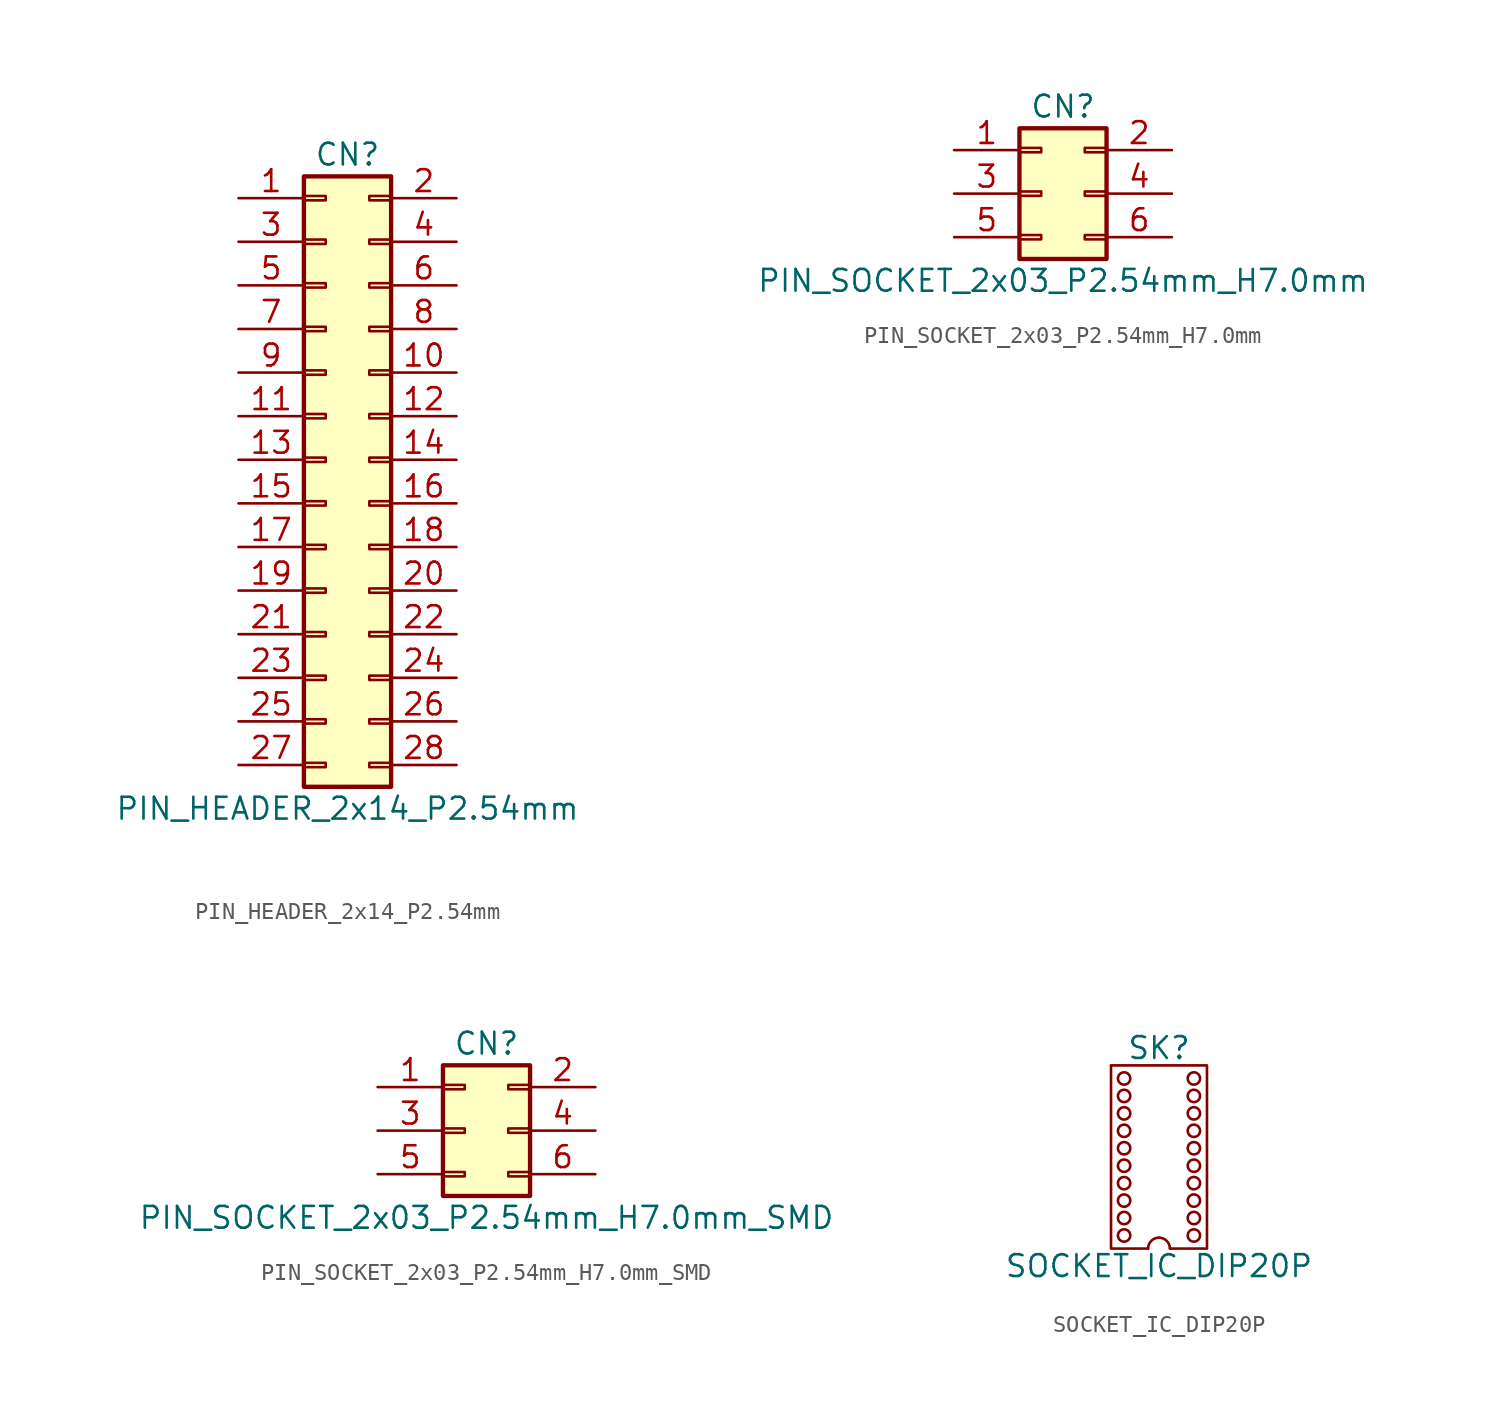
<source format=kicad_sym>
(kicad_symbol_lib
  (version 20231120)
  (generator "kicad_symbol_editor")
  (generator_version "8.0")
  (symbol "PIN_HEADER_2x14_P2.54mm"
    (pin_names
      (offset 1.016) hide)
    (property "Reference" "CN"
      (at 1.27 17.78 0)
      (effects (font (size 1.27 1.27))))
    (property "Value" "PIN_HEADER_2x14_P2.54mm"
      (at 1.27 -20.32 0)
      (effects (font (size 1.27 1.27))))
    (symbol "PIN_HEADER_2x14_P2.54mm_1_1"
      (rectangle (start -1.27 -17.653) (end 0 -17.907) (stroke (width 0.152) (type default)) (fill (type none)))
      (rectangle (start -1.27 -15.113) (end 0 -15.367) (stroke (width 0.152) (type default)) (fill (type none)))
      (rectangle (start -1.27 -12.573) (end 0 -12.827) (stroke (width 0.152) (type default)) (fill (type none)))
      (rectangle (start -1.27 -10.033) (end 0 -10.287) (stroke (width 0.152) (type default)) (fill (type none)))
      (rectangle (start -1.27 -7.493) (end 0 -7.747) (stroke (width 0.152) (type default)) (fill (type none)))
      (rectangle (start -1.27 -4.953) (end 0 -5.207) (stroke (width 0.152) (type default)) (fill (type none)))
      (rectangle (start -1.27 -2.413) (end 0 -2.667) (stroke (width 0.152) (type default)) (fill (type none)))
      (rectangle (start -1.27 0.127) (end 0 -0.127) (stroke (width 0.152) (type default)) (fill (type none)))
      (rectangle (start -1.27 2.667) (end 0 2.413) (stroke (width 0.152) (type default)) (fill (type none)))
      (rectangle (start -1.27 5.207) (end 0 4.953) (stroke (width 0.152) (type default)) (fill (type none)))
      (rectangle (start -1.27 7.747) (end 0 7.493) (stroke (width 0.152) (type default)) (fill (type none)))
      (rectangle (start -1.27 10.287) (end 0 10.033) (stroke (width 0.152) (type default)) (fill (type none)))
      (rectangle (start -1.27 12.827) (end 0 12.573) (stroke (width 0.152) (type default)) (fill (type none)))
      (rectangle (start -1.27 15.367) (end 0 15.113) (stroke (width 0.152) (type default)) (fill (type none)))
      (rectangle (start -1.27 16.51) (end 3.81 -19.05) (stroke (width 0.254) (type default)) (fill (type background)))
      (rectangle (start 3.81 -17.653) (end 2.54 -17.907) (stroke (width 0.152) (type default)) (fill (type none)))
      (rectangle (start 3.81 -15.113) (end 2.54 -15.367) (stroke (width 0.152) (type default)) (fill (type none)))
      (rectangle (start 3.81 -12.573) (end 2.54 -12.827) (stroke (width 0.152) (type default)) (fill (type none)))
      (rectangle (start 3.81 -10.033) (end 2.54 -10.287) (stroke (width 0.152) (type default)) (fill (type none)))
      (rectangle (start 3.81 -7.493) (end 2.54 -7.747) (stroke (width 0.152) (type default)) (fill (type none)))
      (rectangle (start 3.81 -4.953) (end 2.54 -5.207) (stroke (width 0.152) (type default)) (fill (type none)))
      (rectangle (start 3.81 -2.413) (end 2.54 -2.667) (stroke (width 0.152) (type default)) (fill (type none)))
      (rectangle (start 3.81 0.127) (end 2.54 -0.127) (stroke (width 0.152) (type default)) (fill (type none)))
      (rectangle (start 3.81 2.667) (end 2.54 2.413) (stroke (width 0.152) (type default)) (fill (type none)))
      (rectangle (start 3.81 5.207) (end 2.54 4.953) (stroke (width 0.152) (type default)) (fill (type none)))
      (rectangle (start 3.81 7.747) (end 2.54 7.493) (stroke (width 0.152) (type default)) (fill (type none)))
      (rectangle (start 3.81 10.287) (end 2.54 10.033) (stroke (width 0.152) (type default)) (fill (type none)))
      (rectangle (start 3.81 12.827) (end 2.54 12.573) (stroke (width 0.152) (type default)) (fill (type none)))
      (rectangle (start 3.81 15.367) (end 2.54 15.113) (stroke (width 0.152) (type default)) (fill (type none)))
      (pin passive line (at -5.08 15.24 0) (length 3.81) (name "Pin_1" (effects (font (size 1.27 1.27)))) (number "1" (effects (font (size 1.27 1.27)))))
      (pin passive line (at 7.62 5.08 180) (length 3.81) (name "Pin_10" (effects (font (size 1.27 1.27)))) (number "10" (effects (font (size 1.27 1.27)))))
      (pin passive line (at -5.08 2.54 0) (length 3.81) (name "Pin_11" (effects (font (size 1.27 1.27)))) (number "11" (effects (font (size 1.27 1.27)))))
      (pin passive line (at 7.62 2.54 180) (length 3.81) (name "Pin_12" (effects (font (size 1.27 1.27)))) (number "12" (effects (font (size 1.27 1.27)))))
      (pin passive line (at -5.08 0 0) (length 3.81) (name "Pin_13" (effects (font (size 1.27 1.27)))) (number "13" (effects (font (size 1.27 1.27)))))
      (pin passive line (at 7.62 0 180) (length 3.81) (name "Pin_14" (effects (font (size 1.27 1.27)))) (number "14" (effects (font (size 1.27 1.27)))))
      (pin passive line (at -5.08 -2.54 0) (length 3.81) (name "Pin_15" (effects (font (size 1.27 1.27)))) (number "15" (effects (font (size 1.27 1.27)))))
      (pin passive line (at 7.62 -2.54 180) (length 3.81) (name "Pin_16" (effects (font (size 1.27 1.27)))) (number "16" (effects (font (size 1.27 1.27)))))
      (pin passive line (at -5.08 -5.08 0) (length 3.81) (name "Pin_17" (effects (font (size 1.27 1.27)))) (number "17" (effects (font (size 1.27 1.27)))))
      (pin passive line (at 7.62 -5.08 180) (length 3.81) (name "Pin_18" (effects (font (size 1.27 1.27)))) (number "18" (effects (font (size 1.27 1.27)))))
      (pin passive line (at -5.08 -7.62 0) (length 3.81) (name "Pin_19" (effects (font (size 1.27 1.27)))) (number "19" (effects (font (size 1.27 1.27)))))
      (pin passive line (at 7.62 15.24 180) (length 3.81) (name "Pin_2" (effects (font (size 1.27 1.27)))) (number "2" (effects (font (size 1.27 1.27)))))
      (pin passive line (at 7.62 -7.62 180) (length 3.81) (name "Pin_20" (effects (font (size 1.27 1.27)))) (number "20" (effects (font (size 1.27 1.27)))))
      (pin passive line (at -5.08 -10.16 0) (length 3.81) (name "Pin_21" (effects (font (size 1.27 1.27)))) (number "21" (effects (font (size 1.27 1.27)))))
      (pin passive line (at 7.62 -10.16 180) (length 3.81) (name "Pin_22" (effects (font (size 1.27 1.27)))) (number "22" (effects (font (size 1.27 1.27)))))
      (pin passive line (at -5.08 -12.7 0) (length 3.81) (name "Pin_23" (effects (font (size 1.27 1.27)))) (number "23" (effects (font (size 1.27 1.27)))))
      (pin passive line (at 7.62 -12.7 180) (length 3.81) (name "Pin_24" (effects (font (size 1.27 1.27)))) (number "24" (effects (font (size 1.27 1.27)))))
      (pin passive line (at -5.08 -15.24 0) (length 3.81) (name "Pin_25" (effects (font (size 1.27 1.27)))) (number "25" (effects (font (size 1.27 1.27)))))
      (pin passive line (at 7.62 -15.24 180) (length 3.81) (name "Pin_26" (effects (font (size 1.27 1.27)))) (number "26" (effects (font (size 1.27 1.27)))))
      (pin passive line (at -5.08 -17.78 0) (length 3.81) (name "Pin_27" (effects (font (size 1.27 1.27)))) (number "27" (effects (font (size 1.27 1.27)))))
      (pin passive line (at 7.62 -17.78 180) (length 3.81) (name "Pin_28" (effects (font (size 1.27 1.27)))) (number "28" (effects (font (size 1.27 1.27)))))
      (pin passive line (at -5.08 12.7 0) (length 3.81) (name "Pin_3" (effects (font (size 1.27 1.27)))) (number "3" (effects (font (size 1.27 1.27)))))
      (pin passive line (at 7.62 12.7 180) (length 3.81) (name "Pin_4" (effects (font (size 1.27 1.27)))) (number "4" (effects (font (size 1.27 1.27)))))
      (pin passive line (at -5.08 10.16 0) (length 3.81) (name "Pin_5" (effects (font (size 1.27 1.27)))) (number "5" (effects (font (size 1.27 1.27)))))
      (pin passive line (at 7.62 10.16 180) (length 3.81) (name "Pin_6" (effects (font (size 1.27 1.27)))) (number "6" (effects (font (size 1.27 1.27)))))
      (pin passive line (at -5.08 7.62 0) (length 3.81) (name "Pin_7" (effects (font (size 1.27 1.27)))) (number "7" (effects (font (size 1.27 1.27)))))
      (pin passive line (at 7.62 7.62 180) (length 3.81) (name "Pin_8" (effects (font (size 1.27 1.27)))) (number "8" (effects (font (size 1.27 1.27)))))
      (pin passive line (at -5.08 5.08 0) (length 3.81) (name "Pin_9" (effects (font (size 1.27 1.27)))) (number "9" (effects (font (size 1.27 1.27)))))))
  (symbol "PIN_SOCKET_2x03_P2.54mm_H7.0mm"
    (pin_names
      (offset 1.016) hide)
    (property "Reference" "CN"
      (at 1.27 5.08 0)
      (effects (font (size 1.27 1.27))))
    (property "Value" "PIN_SOCKET_2x03_P2.54mm_H7.0mm"
      (at 1.27 -5.08 0)
      (effects (font (size 1.27 1.27))))
    (symbol "PIN_SOCKET_2x03_P2.54mm_H7.0mm_1_1"
      (rectangle (start -1.27 -2.413) (end 0 -2.667) (stroke (width 0.152) (type default)) (fill (type none)))
      (rectangle (start -1.27 0.127) (end 0 -0.127) (stroke (width 0.152) (type default)) (fill (type none)))
      (rectangle (start -1.27 2.667) (end 0 2.413) (stroke (width 0.152) (type default)) (fill (type none)))
      (rectangle (start -1.27 3.81) (end 3.81 -3.81) (stroke (width 0.254) (type default)) (fill (type background)))
      (rectangle (start 3.81 -2.413) (end 2.54 -2.667) (stroke (width 0.152) (type default)) (fill (type none)))
      (rectangle (start 3.81 0.127) (end 2.54 -0.127) (stroke (width 0.152) (type default)) (fill (type none)))
      (rectangle (start 3.81 2.667) (end 2.54 2.413) (stroke (width 0.152) (type default)) (fill (type none)))
      (pin passive line (at -5.08 2.54 0) (length 3.81) (name "Pin_1" (effects (font (size 1.27 1.27)))) (number "1" (effects (font (size 1.27 1.27)))))
      (pin passive line (at 7.62 2.54 180) (length 3.81) (name "Pin_2" (effects (font (size 1.27 1.27)))) (number "2" (effects (font (size 1.27 1.27)))))
      (pin passive line (at -5.08 0 0) (length 3.81) (name "Pin_3" (effects (font (size 1.27 1.27)))) (number "3" (effects (font (size 1.27 1.27)))))
      (pin passive line (at 7.62 0 180) (length 3.81) (name "Pin_4" (effects (font (size 1.27 1.27)))) (number "4" (effects (font (size 1.27 1.27)))))
      (pin passive line (at -5.08 -2.54 0) (length 3.81) (name "Pin_5" (effects (font (size 1.27 1.27)))) (number "5" (effects (font (size 1.27 1.27)))))
      (pin passive line (at 7.62 -2.54 180) (length 3.81) (name "Pin_6" (effects (font (size 1.27 1.27)))) (number "6" (effects (font (size 1.27 1.27)))))))
  (symbol "PIN_SOCKET_2x03_P2.54mm_H7.0mm_SMD"
    (pin_names
      (offset 1.016) hide)
    (property "Reference" "CN"
      (at 1.27 5.08 0)
      (effects (font (size 1.27 1.27))))
    (property "Value" "PIN_SOCKET_2x03_P2.54mm_H7.0mm_SMD"
      (at 1.27 -5.08 0)
      (effects (font (size 1.27 1.27))))
    (symbol "PIN_SOCKET_2x03_P2.54mm_H7.0mm_SMD_1_1"
      (rectangle (start -1.27 -2.413) (end 0 -2.667) (stroke (width 0.152) (type default)) (fill (type none)))
      (rectangle (start -1.27 0.127) (end 0 -0.127) (stroke (width 0.152) (type default)) (fill (type none)))
      (rectangle (start -1.27 2.667) (end 0 2.413) (stroke (width 0.152) (type default)) (fill (type none)))
      (rectangle (start -1.27 3.81) (end 3.81 -3.81) (stroke (width 0.254) (type default)) (fill (type background)))
      (rectangle (start 3.81 -2.413) (end 2.54 -2.667) (stroke (width 0.152) (type default)) (fill (type none)))
      (rectangle (start 3.81 0.127) (end 2.54 -0.127) (stroke (width 0.152) (type default)) (fill (type none)))
      (rectangle (start 3.81 2.667) (end 2.54 2.413) (stroke (width 0.152) (type default)) (fill (type none)))
      (pin passive line (at -5.08 2.54 0) (length 3.81) (name "Pin_1" (effects (font (size 1.27 1.27)))) (number "1" (effects (font (size 1.27 1.27)))))
      (pin passive line (at 7.62 2.54 180) (length 3.81) (name "Pin_2" (effects (font (size 1.27 1.27)))) (number "2" (effects (font (size 1.27 1.27)))))
      (pin passive line (at -5.08 0 0) (length 3.81) (name "Pin_3" (effects (font (size 1.27 1.27)))) (number "3" (effects (font (size 1.27 1.27)))))
      (pin passive line (at 7.62 0 180) (length 3.81) (name "Pin_4" (effects (font (size 1.27 1.27)))) (number "4" (effects (font (size 1.27 1.27)))))
      (pin passive line (at -5.08 -2.54 0) (length 3.81) (name "Pin_5" (effects (font (size 1.27 1.27)))) (number "5" (effects (font (size 1.27 1.27)))))
      (pin passive line (at 7.62 -2.54 180) (length 3.81) (name "Pin_6" (effects (font (size 1.27 1.27)))) (number "6" (effects (font (size 1.27 1.27)))))))
  (symbol "SOCKET_IC_DIP20P"
    (property "Reference" "SK"
      (at 0 6.35 0)
      (effects (font (size 1.27 1.27))))
    (property "Value" "SOCKET_IC_DIP20P"
      (at 0 -6.35 0)
      (effects (font (size 1.27 1.27))))
    (symbol "SOCKET_IC_DIP20P_0_1"
      (circle (center -2.032 -4.572) (radius 0.359) (stroke (width 0) (type default)) (fill (type none)))
      (circle (center -2.032 -3.556) (radius 0.359) (stroke (width 0) (type default)) (fill (type none)))
      (circle (center -2.032 -2.54) (radius 0.359) (stroke (width 0) (type default)) (fill (type none)))
      (circle (center -2.032 -1.524) (radius 0.359) (stroke (width 0) (type default)) (fill (type none)))
      (circle (center -2.032 -0.508) (radius 0.359) (stroke (width 0) (type default)) (fill (type none)))
      (circle (center -2.032 0.508) (radius 0.359) (stroke (width 0) (type default)) (fill (type none)))
      (circle (center -2.032 1.524) (radius 0.359) (stroke (width 0) (type default)) (fill (type none)))
      (circle (center -2.032 2.54) (radius 0.359) (stroke (width 0) (type default)) (fill (type none)))
      (circle (center -2.032 3.556) (radius 0.359) (stroke (width 0) (type default)) (fill (type none)))
      (circle (center -2.032 4.572) (radius 0.359) (stroke (width 0) (type default)) (fill (type none)))
      (arc (start 0 -4.699) (mid -0.449 -4.885) (end -0.635 -5.334) (stroke (width 0) (type default)) (fill (type none)))
      (polyline (pts (xy -2.794 5.334) (xy -2.794 -5.334) (xy -0.635 -5.334)) (stroke (width 0) (type default)) (fill (type none)))
      (polyline (pts (xy -2.794 5.334) (xy 2.794 5.334) (xy 2.794 -5.334) (xy 0.635 -5.334)) (stroke (width 0) (type default)) (fill (type none)))
      (arc (start 0.635 -5.334) (mid 0.449 -4.885) (end 0 -4.699) (stroke (width 0) (type default)) (fill (type none)))
      (circle (center 2.032 -4.572) (radius 0.359) (stroke (width 0) (type default)) (fill (type none)))
      (circle (center 2.032 -3.556) (radius 0.359) (stroke (width 0) (type default)) (fill (type none)))
      (circle (center 2.032 -2.54) (radius 0.359) (stroke (width 0) (type default)) (fill (type none)))
      (circle (center 2.032 -1.524) (radius 0.359) (stroke (width 0) (type default)) (fill (type none)))
      (circle (center 2.032 -0.508) (radius 0.359) (stroke (width 0) (type default)) (fill (type none)))
      (circle (center 2.032 0.508) (radius 0.359) (stroke (width 0) (type default)) (fill (type none)))
      (circle (center 2.032 1.524) (radius 0.359) (stroke (width 0) (type default)) (fill (type none)))
      (circle (center 2.032 2.54) (radius 0.359) (stroke (width 0) (type default)) (fill (type none)))
      (circle (center 2.032 3.556) (radius 0.359) (stroke (width 0) (type default)) (fill (type none)))
      (circle (center 2.032 4.572) (radius 0.359) (stroke (width 0) (type default)) (fill (type none))))))
</source>
